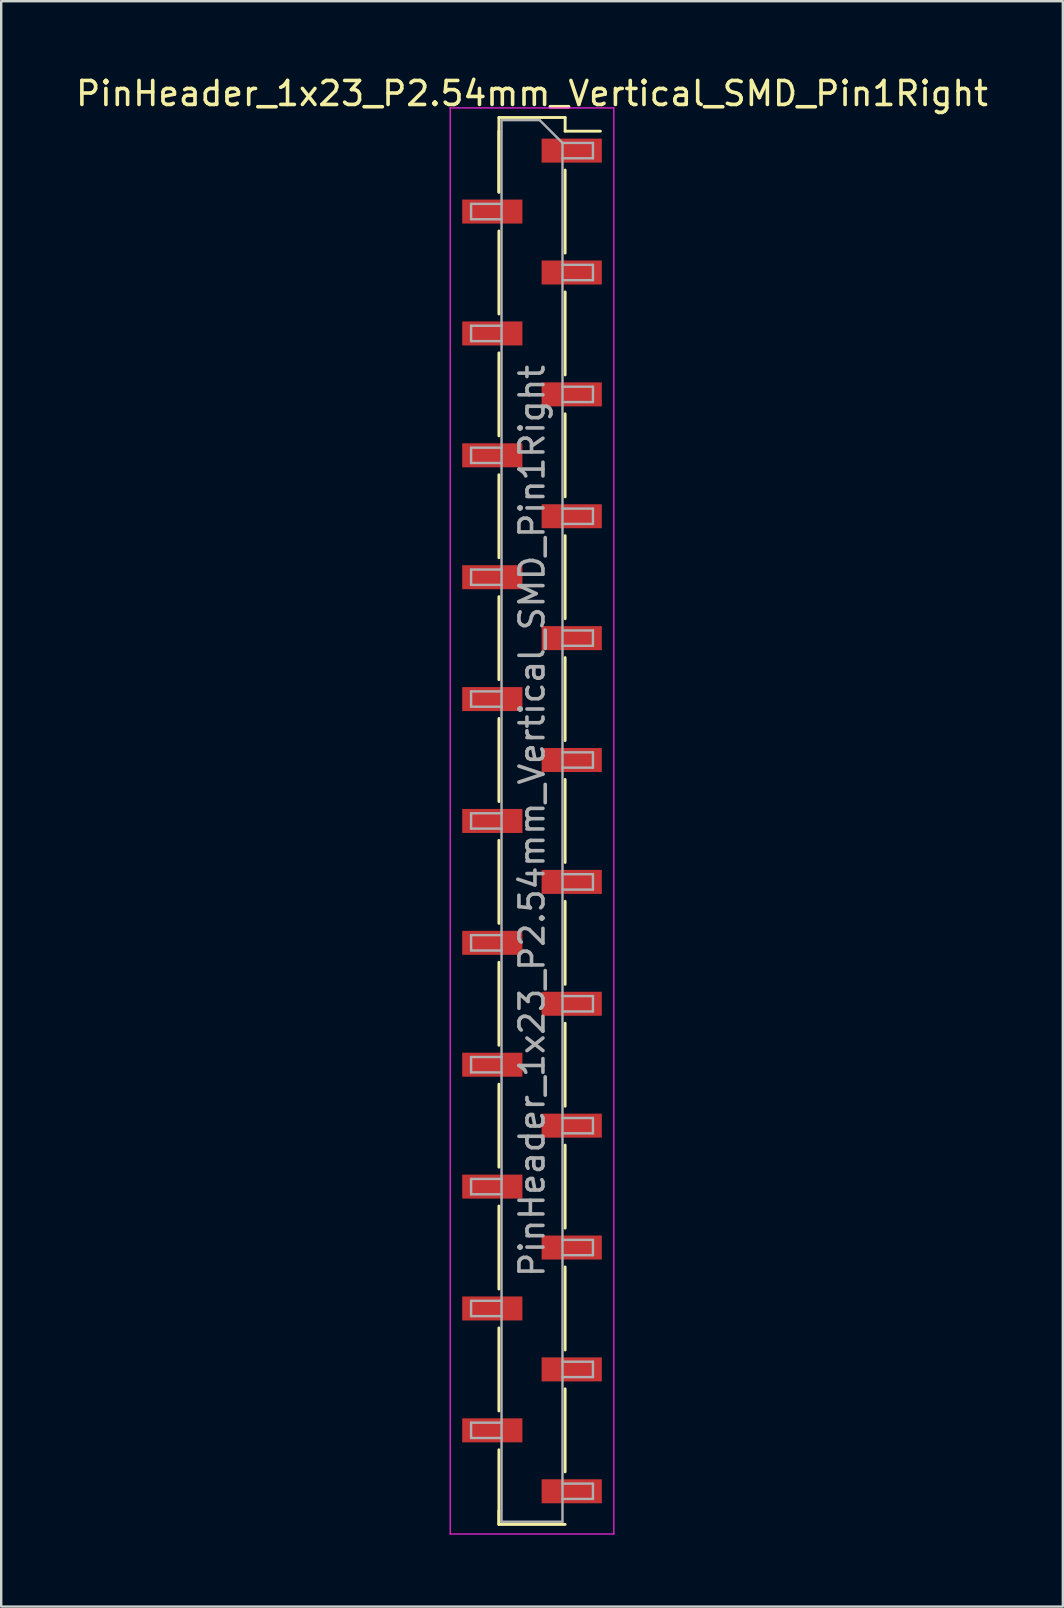
<source format=kicad_pcb>
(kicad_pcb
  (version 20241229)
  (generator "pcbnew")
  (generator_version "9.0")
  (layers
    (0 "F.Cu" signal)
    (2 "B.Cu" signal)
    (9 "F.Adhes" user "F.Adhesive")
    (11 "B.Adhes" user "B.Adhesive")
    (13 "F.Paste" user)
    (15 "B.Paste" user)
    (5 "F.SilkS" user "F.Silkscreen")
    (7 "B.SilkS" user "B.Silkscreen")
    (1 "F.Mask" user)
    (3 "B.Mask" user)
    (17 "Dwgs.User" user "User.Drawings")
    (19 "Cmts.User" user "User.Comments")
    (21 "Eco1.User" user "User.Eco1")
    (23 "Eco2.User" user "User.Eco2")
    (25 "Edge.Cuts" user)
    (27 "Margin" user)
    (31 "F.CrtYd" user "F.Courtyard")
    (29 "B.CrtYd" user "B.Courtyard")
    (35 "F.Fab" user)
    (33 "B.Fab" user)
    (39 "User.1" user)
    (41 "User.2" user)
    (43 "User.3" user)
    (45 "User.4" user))
  (footprint "PinHeader_1x23_P2.54mm_Vertical_SMD_Pin1Right"
    (layer "F.Cu")
    (at 19.125 31.168)
    (property "Reference" "PinHeader_1x23_P2.54mm_Vertical_SMD_Pin1Right" (at 0 -30.32 0) (layer "F.SilkS") (effects (font (size 1 1) (thickness 0.15))))
    (attr smd)
    (fp_line (start -1.38 -29.32) (end -1.38 -26.21) (stroke (width 0.12) (type solid)) (layer "F.SilkS"))
    (fp_line (start -1.38 -29.32) (end 1.38 -29.32) (stroke (width 0.12) (type solid)) (layer "F.SilkS"))
    (fp_line (start -1.38 -28.75) (end -1.38 -26.21) (stroke (width 0.12) (type solid)) (layer "F.SilkS"))
    (fp_line (start -1.38 -24.59) (end -1.38 -21.13) (stroke (width 0.12) (type solid)) (layer "F.SilkS"))
    (fp_line (start -1.38 -19.51) (end -1.38 -16.05) (stroke (width 0.12) (type solid)) (layer "F.SilkS"))
    (fp_line (start -1.38 -14.43) (end -1.38 -10.97) (stroke (width 0.12) (type solid)) (layer "F.SilkS"))
    (fp_line (start -1.38 -9.35) (end -1.38 -5.89) (stroke (width 0.12) (type solid)) (layer "F.SilkS"))
    (fp_line (start -1.38 -4.27) (end -1.38 -0.81) (stroke (width 0.12) (type solid)) (layer "F.SilkS"))
    (fp_line (start -1.38 0.81) (end -1.38 4.27) (stroke (width 0.12) (type solid)) (layer "F.SilkS"))
    (fp_line (start -1.38 5.89) (end -1.38 9.35) (stroke (width 0.12) (type solid)) (layer "F.SilkS"))
    (fp_line (start -1.38 10.97) (end -1.38 14.43) (stroke (width 0.12) (type solid)) (layer "F.SilkS"))
    (fp_line (start -1.38 16.05) (end -1.38 19.51) (stroke (width 0.12) (type solid)) (layer "F.SilkS"))
    (fp_line (start -1.38 21.13) (end -1.38 24.59) (stroke (width 0.12) (type solid)) (layer "F.SilkS"))
    (fp_line (start -1.38 26.21) (end -1.38 29.32) (stroke (width 0.12) (type solid)) (layer "F.SilkS"))
    (fp_line (start -1.38 28.75) (end -1.38 29.32) (stroke (width 0.12) (type solid)) (layer "F.SilkS"))
    (fp_line (start -1.38 29.32) (end 1.38 29.32) (stroke (width 0.12) (type solid)) (layer "F.SilkS"))
    (fp_line (start 1.38 -29.32) (end 1.38 -28.75) (stroke (width 0.12) (type solid)) (layer "F.SilkS"))
    (fp_line (start 1.38 -28.75) (end 2.85 -28.75) (stroke (width 0.12) (type solid)) (layer "F.SilkS"))
    (fp_line (start 1.38 -27.13) (end 1.38 -23.67) (stroke (width 0.12) (type solid)) (layer "F.SilkS"))
    (fp_line (start 1.38 -22.05) (end 1.38 -18.59) (stroke (width 0.12) (type solid)) (layer "F.SilkS"))
    (fp_line (start 1.38 -16.97) (end 1.38 -13.51) (stroke (width 0.12) (type solid)) (layer "F.SilkS"))
    (fp_line (start 1.38 -11.89) (end 1.38 -8.43) (stroke (width 0.12) (type solid)) (layer "F.SilkS"))
    (fp_line (start 1.38 -6.81) (end 1.38 -3.35) (stroke (width 0.12) (type solid)) (layer "F.SilkS"))
    (fp_line (start 1.38 -1.73) (end 1.38 1.73) (stroke (width 0.12) (type solid)) (layer "F.SilkS"))
    (fp_line (start 1.38 3.35) (end 1.38 6.81) (stroke (width 0.12) (type solid)) (layer "F.SilkS"))
    (fp_line (start 1.38 8.43) (end 1.38 11.89) (stroke (width 0.12) (type solid)) (layer "F.SilkS"))
    (fp_line (start 1.38 13.51) (end 1.38 16.97) (stroke (width 0.12) (type solid)) (layer "F.SilkS"))
    (fp_line (start 1.38 18.59) (end 1.38 22.05) (stroke (width 0.12) (type solid)) (layer "F.SilkS"))
    (fp_line (start 1.38 23.67) (end 1.38 27.13) (stroke (width 0.12) (type solid)) (layer "F.SilkS"))
    (fp_line (start -3.41 -29.72) (end -3.41 29.72) (stroke (width 0.05) (type solid)) (layer "F.CrtYd"))
    (fp_line (start -3.41 29.72) (end 3.41 29.72) (stroke (width 0.05) (type solid)) (layer "F.CrtYd"))
    (fp_line (start 3.41 -29.72) (end -3.41 -29.72) (stroke (width 0.05) (type solid)) (layer "F.CrtYd"))
    (fp_line (start 3.41 29.72) (end 3.41 -29.72) (stroke (width 0.05) (type solid)) (layer "F.CrtYd"))
    (fp_line (start -2.54 -25.72) (end -2.54 -25.08) (stroke (width 0.1) (type solid)) (layer "F.Fab"))
    (fp_line (start -2.54 -25.08) (end -1.27 -25.08) (stroke (width 0.1) (type solid)) (layer "F.Fab"))
    (fp_line (start -2.54 -20.64) (end -2.54 -20) (stroke (width 0.1) (type solid)) (layer "F.Fab"))
    (fp_line (start -2.54 -20) (end -1.27 -20) (stroke (width 0.1) (type solid)) (layer "F.Fab"))
    (fp_line (start -2.54 -15.56) (end -2.54 -14.92) (stroke (width 0.1) (type solid)) (layer "F.Fab"))
    (fp_line (start -2.54 -14.92) (end -1.27 -14.92) (stroke (width 0.1) (type solid)) (layer "F.Fab"))
    (fp_line (start -2.54 -10.48) (end -2.54 -9.84) (stroke (width 0.1) (type solid)) (layer "F.Fab"))
    (fp_line (start -2.54 -9.84) (end -1.27 -9.84) (stroke (width 0.1) (type solid)) (layer "F.Fab"))
    (fp_line (start -2.54 -5.4) (end -2.54 -4.76) (stroke (width 0.1) (type solid)) (layer "F.Fab"))
    (fp_line (start -2.54 -4.76) (end -1.27 -4.76) (stroke (width 0.1) (type solid)) (layer "F.Fab"))
    (fp_line (start -2.54 -0.32) (end -2.54 0.32) (stroke (width 0.1) (type solid)) (layer "F.Fab"))
    (fp_line (start -2.54 0.32) (end -1.27 0.32) (stroke (width 0.1) (type solid)) (layer "F.Fab"))
    (fp_line (start -2.54 4.76) (end -2.54 5.4) (stroke (width 0.1) (type solid)) (layer "F.Fab"))
    (fp_line (start -2.54 5.4) (end -1.27 5.4) (stroke (width 0.1) (type solid)) (layer "F.Fab"))
    (fp_line (start -2.54 9.84) (end -2.54 10.48) (stroke (width 0.1) (type solid)) (layer "F.Fab"))
    (fp_line (start -2.54 10.48) (end -1.27 10.48) (stroke (width 0.1) (type solid)) (layer "F.Fab"))
    (fp_line (start -2.54 14.92) (end -2.54 15.56) (stroke (width 0.1) (type solid)) (layer "F.Fab"))
    (fp_line (start -2.54 15.56) (end -1.27 15.56) (stroke (width 0.1) (type solid)) (layer "F.Fab"))
    (fp_line (start -2.54 20) (end -2.54 20.64) (stroke (width 0.1) (type solid)) (layer "F.Fab"))
    (fp_line (start -2.54 20.64) (end -1.27 20.64) (stroke (width 0.1) (type solid)) (layer "F.Fab"))
    (fp_line (start -2.54 25.08) (end -2.54 25.72) (stroke (width 0.1) (type solid)) (layer "F.Fab"))
    (fp_line (start -2.54 25.72) (end -1.27 25.72) (stroke (width 0.1) (type solid)) (layer "F.Fab"))
    (fp_line (start -1.27 -29.21) (end -1.27 29.21) (stroke (width 0.1) (type solid)) (layer "F.Fab"))
    (fp_line (start -1.27 -29.21) (end 0.32 -29.21) (stroke (width 0.1) (type solid)) (layer "F.Fab"))
    (fp_line (start -1.27 -25.72) (end -2.54 -25.72) (stroke (width 0.1) (type solid)) (layer "F.Fab"))
    (fp_line (start -1.27 -20.64) (end -2.54 -20.64) (stroke (width 0.1) (type solid)) (layer "F.Fab"))
    (fp_line (start -1.27 -15.56) (end -2.54 -15.56) (stroke (width 0.1) (type solid)) (layer "F.Fab"))
    (fp_line (start -1.27 -10.48) (end -2.54 -10.48) (stroke (width 0.1) (type solid)) (layer "F.Fab"))
    (fp_line (start -1.27 -5.4) (end -2.54 -5.4) (stroke (width 0.1) (type solid)) (layer "F.Fab"))
    (fp_line (start -1.27 -0.32) (end -2.54 -0.32) (stroke (width 0.1) (type solid)) (layer "F.Fab"))
    (fp_line (start -1.27 4.76) (end -2.54 4.76) (stroke (width 0.1) (type solid)) (layer "F.Fab"))
    (fp_line (start -1.27 9.84) (end -2.54 9.84) (stroke (width 0.1) (type solid)) (layer "F.Fab"))
    (fp_line (start -1.27 14.92) (end -2.54 14.92) (stroke (width 0.1) (type solid)) (layer "F.Fab"))
    (fp_line (start -1.27 20) (end -2.54 20) (stroke (width 0.1) (type solid)) (layer "F.Fab"))
    (fp_line (start -1.27 25.08) (end -2.54 25.08) (stroke (width 0.1) (type solid)) (layer "F.Fab"))
    (fp_line (start 1.27 -28.26) (end 0.32 -29.21) (stroke (width 0.1) (type solid)) (layer "F.Fab"))
    (fp_line (start 1.27 -28.26) (end 2.54 -28.26) (stroke (width 0.1) (type solid)) (layer "F.Fab"))
    (fp_line (start 1.27 -23.18) (end 2.54 -23.18) (stroke (width 0.1) (type solid)) (layer "F.Fab"))
    (fp_line (start 1.27 -18.1) (end 2.54 -18.1) (stroke (width 0.1) (type solid)) (layer "F.Fab"))
    (fp_line (start 1.27 -13.02) (end 2.54 -13.02) (stroke (width 0.1) (type solid)) (layer "F.Fab"))
    (fp_line (start 1.27 -7.94) (end 2.54 -7.94) (stroke (width 0.1) (type solid)) (layer "F.Fab"))
    (fp_line (start 1.27 -2.86) (end 2.54 -2.86) (stroke (width 0.1) (type solid)) (layer "F.Fab"))
    (fp_line (start 1.27 2.22) (end 2.54 2.22) (stroke (width 0.1) (type solid)) (layer "F.Fab"))
    (fp_line (start 1.27 7.3) (end 2.54 7.3) (stroke (width 0.1) (type solid)) (layer "F.Fab"))
    (fp_line (start 1.27 12.38) (end 2.54 12.38) (stroke (width 0.1) (type solid)) (layer "F.Fab"))
    (fp_line (start 1.27 17.46) (end 2.54 17.46) (stroke (width 0.1) (type solid)) (layer "F.Fab"))
    (fp_line (start 1.27 22.54) (end 2.54 22.54) (stroke (width 0.1) (type solid)) (layer "F.Fab"))
    (fp_line (start 1.27 27.62) (end 2.54 27.62) (stroke (width 0.1) (type solid)) (layer "F.Fab"))
    (fp_line (start 1.27 29.21) (end -1.27 29.21) (stroke (width 0.1) (type solid)) (layer "F.Fab"))
    (fp_line (start 1.27 29.21) (end 1.27 -28.26) (stroke (width 0.1) (type solid)) (layer "F.Fab"))
    (fp_line (start 2.54 -28.26) (end 2.54 -27.62) (stroke (width 0.1) (type solid)) (layer "F.Fab"))
    (fp_line (start 2.54 -27.62) (end 1.27 -27.62) (stroke (width 0.1) (type solid)) (layer "F.Fab"))
    (fp_line (start 2.54 -23.18) (end 2.54 -22.54) (stroke (width 0.1) (type solid)) (layer "F.Fab"))
    (fp_line (start 2.54 -22.54) (end 1.27 -22.54) (stroke (width 0.1) (type solid)) (layer "F.Fab"))
    (fp_line (start 2.54 -18.1) (end 2.54 -17.46) (stroke (width 0.1) (type solid)) (layer "F.Fab"))
    (fp_line (start 2.54 -17.46) (end 1.27 -17.46) (stroke (width 0.1) (type solid)) (layer "F.Fab"))
    (fp_line (start 2.54 -13.02) (end 2.54 -12.38) (stroke (width 0.1) (type solid)) (layer "F.Fab"))
    (fp_line (start 2.54 -12.38) (end 1.27 -12.38) (stroke (width 0.1) (type solid)) (layer "F.Fab"))
    (fp_line (start 2.54 -7.94) (end 2.54 -7.3) (stroke (width 0.1) (type solid)) (layer "F.Fab"))
    (fp_line (start 2.54 -7.3) (end 1.27 -7.3) (stroke (width 0.1) (type solid)) (layer "F.Fab"))
    (fp_line (start 2.54 -2.86) (end 2.54 -2.22) (stroke (width 0.1) (type solid)) (layer "F.Fab"))
    (fp_line (start 2.54 -2.22) (end 1.27 -2.22) (stroke (width 0.1) (type solid)) (layer "F.Fab"))
    (fp_line (start 2.54 2.22) (end 2.54 2.86) (stroke (width 0.1) (type solid)) (layer "F.Fab"))
    (fp_line (start 2.54 2.86) (end 1.27 2.86) (stroke (width 0.1) (type solid)) (layer "F.Fab"))
    (fp_line (start 2.54 7.3) (end 2.54 7.94) (stroke (width 0.1) (type solid)) (layer "F.Fab"))
    (fp_line (start 2.54 7.94) (end 1.27 7.94) (stroke (width 0.1) (type solid)) (layer "F.Fab"))
    (fp_line (start 2.54 12.38) (end 2.54 13.02) (stroke (width 0.1) (type solid)) (layer "F.Fab"))
    (fp_line (start 2.54 13.02) (end 1.27 13.02) (stroke (width 0.1) (type solid)) (layer "F.Fab"))
    (fp_line (start 2.54 17.46) (end 2.54 18.1) (stroke (width 0.1) (type solid)) (layer "F.Fab"))
    (fp_line (start 2.54 18.1) (end 1.27 18.1) (stroke (width 0.1) (type solid)) (layer "F.Fab"))
    (fp_line (start 2.54 22.54) (end 2.54 23.18) (stroke (width 0.1) (type solid)) (layer "F.Fab"))
    (fp_line (start 2.54 23.18) (end 1.27 23.18) (stroke (width 0.1) (type solid)) (layer "F.Fab"))
    (fp_line (start 2.54 27.62) (end 2.54 28.26) (stroke (width 0.1) (type solid)) (layer "F.Fab"))
    (fp_line (start 2.54 28.26) (end 1.27 28.26) (stroke (width 0.1) (type solid)) (layer "F.Fab"))
    (fp_text user "${REFERENCE}" (at 0 0 90) (layer "F.Fab") (effects (font (size 1 1) (thickness 0.15))))
    (pad "1" smd rect (at 1.655 -27.94) (size 2.51 1) (layers "F.Cu" "F.Mask" "F.Paste"))
    (pad "2" smd rect (at -1.655 -25.4) (size 2.51 1) (layers "F.Cu" "F.Mask" "F.Paste"))
    (pad "3" smd rect (at 1.655 -22.86) (size 2.51 1) (layers "F.Cu" "F.Mask" "F.Paste"))
    (pad "4" smd rect (at -1.655 -20.32) (size 2.51 1) (layers "F.Cu" "F.Mask" "F.Paste"))
    (pad "5" smd rect (at 1.655 -17.78) (size 2.51 1) (layers "F.Cu" "F.Mask" "F.Paste"))
    (pad "6" smd rect (at -1.655 -15.24) (size 2.51 1) (layers "F.Cu" "F.Mask" "F.Paste"))
    (pad "7" smd rect (at 1.655 -12.7) (size 2.51 1) (layers "F.Cu" "F.Mask" "F.Paste"))
    (pad "8" smd rect (at -1.655 -10.16) (size 2.51 1) (layers "F.Cu" "F.Mask" "F.Paste"))
    (pad "9" smd rect (at 1.655 -7.62) (size 2.51 1) (layers "F.Cu" "F.Mask" "F.Paste"))
    (pad "10" smd rect (at -1.655 -5.08) (size 2.51 1) (layers "F.Cu" "F.Mask" "F.Paste"))
    (pad "11" smd rect (at 1.655 -2.54) (size 2.51 1) (layers "F.Cu" "F.Mask" "F.Paste"))
    (pad "12" smd rect (at -1.655 0) (size 2.51 1) (layers "F.Cu" "F.Mask" "F.Paste"))
    (pad "13" smd rect (at 1.655 2.54) (size 2.51 1) (layers "F.Cu" "F.Mask" "F.Paste"))
    (pad "14" smd rect (at -1.655 5.08) (size 2.51 1) (layers "F.Cu" "F.Mask" "F.Paste"))
    (pad "15" smd rect (at 1.655 7.62) (size 2.51 1) (layers "F.Cu" "F.Mask" "F.Paste"))
    (pad "16" smd rect (at -1.655 10.16) (size 2.51 1) (layers "F.Cu" "F.Mask" "F.Paste"))
    (pad "17" smd rect (at 1.655 12.7) (size 2.51 1) (layers "F.Cu" "F.Mask" "F.Paste"))
    (pad "18" smd rect (at -1.655 15.24) (size 2.51 1) (layers "F.Cu" "F.Mask" "F.Paste"))
    (pad "19" smd rect (at 1.655 17.78) (size 2.51 1) (layers "F.Cu" "F.Mask" "F.Paste"))
    (pad "20" smd rect (at -1.655 20.32) (size 2.51 1) (layers "F.Cu" "F.Mask" "F.Paste"))
    (pad "21" smd rect (at 1.655 22.86) (size 2.51 1) (layers "F.Cu" "F.Mask" "F.Paste"))
    (pad "22" smd rect (at -1.655 25.4) (size 2.51 1) (layers "F.Cu" "F.Mask" "F.Paste"))
    (pad "23" smd rect (at 1.655 27.94) (size 2.51 1) (layers "F.Cu" "F.Mask" "F.Paste")))
  (gr_rect
    (start -3 -3)
    (end 41.25 63.913)
    (stroke (width 0.1) (type default))
    (fill no)
    (layer "Edge.Cuts")))
</source>
